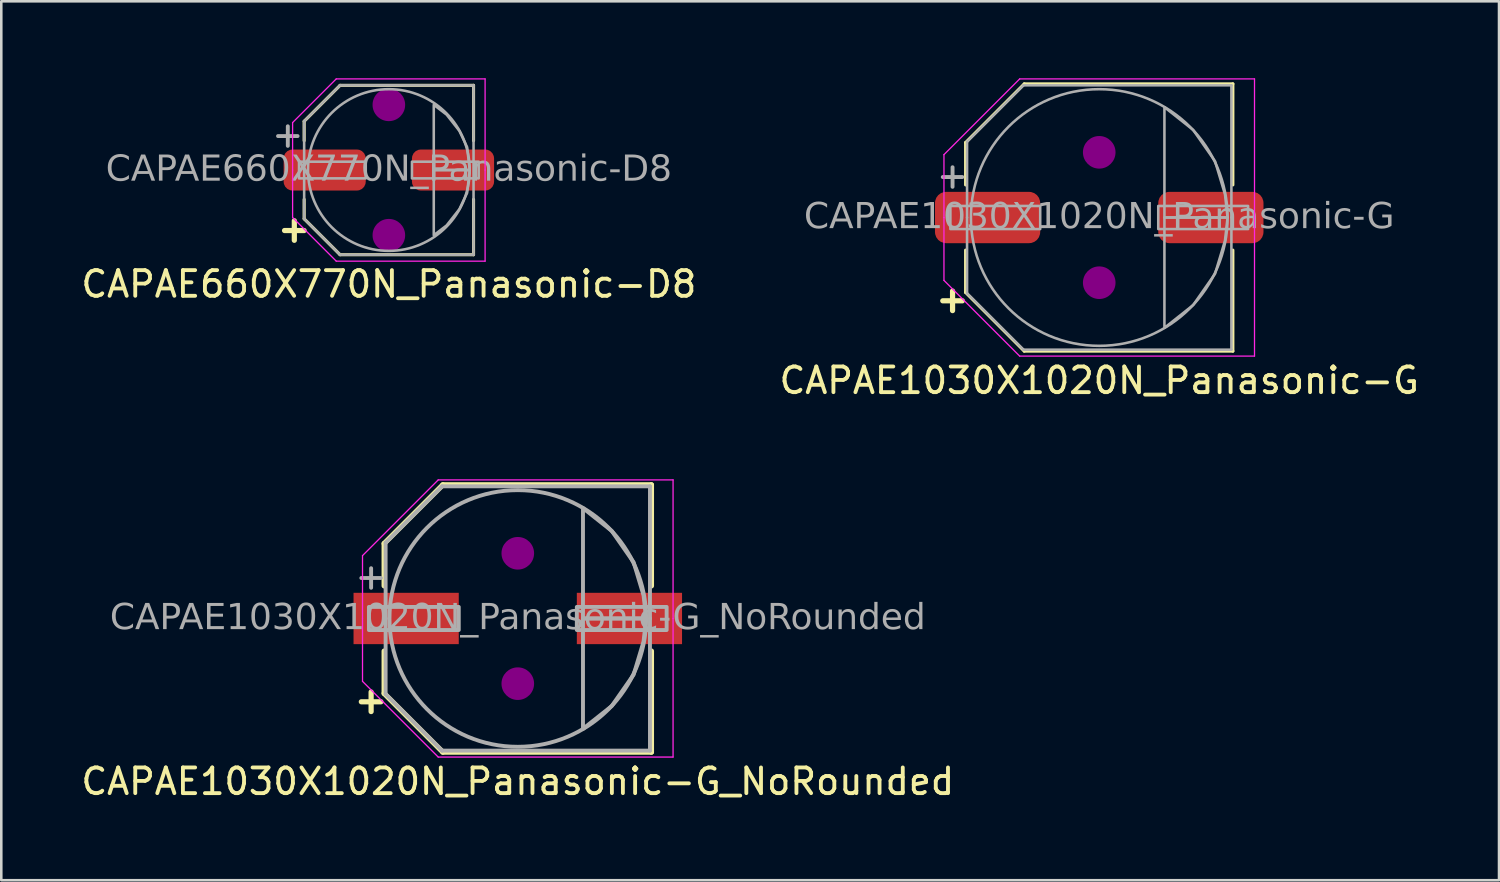
<source format=kicad_pcb>
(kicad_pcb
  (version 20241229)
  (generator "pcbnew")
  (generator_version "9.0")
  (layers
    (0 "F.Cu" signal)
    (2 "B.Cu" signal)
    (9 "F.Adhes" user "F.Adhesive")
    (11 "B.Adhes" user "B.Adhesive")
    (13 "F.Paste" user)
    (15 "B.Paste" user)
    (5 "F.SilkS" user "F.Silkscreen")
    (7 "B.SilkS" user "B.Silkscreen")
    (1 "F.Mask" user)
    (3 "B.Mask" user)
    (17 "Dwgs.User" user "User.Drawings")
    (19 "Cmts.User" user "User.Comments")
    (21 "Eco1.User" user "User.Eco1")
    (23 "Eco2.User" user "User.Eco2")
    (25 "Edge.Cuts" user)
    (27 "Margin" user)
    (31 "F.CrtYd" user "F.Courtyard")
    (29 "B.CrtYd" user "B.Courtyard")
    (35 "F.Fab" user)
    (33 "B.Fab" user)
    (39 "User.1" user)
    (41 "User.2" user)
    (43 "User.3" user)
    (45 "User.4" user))
  (footprint "CAPAE1030X1020N_Panasonic-G"
    (layer "F.Cu")
    (at 39.78 5.425)
    (property "Reference" "CAPAE1030X1020N_Panasonic-G" (at 0 6.35 0) (layer "F.SilkS") (effects (font (size 1 1) (thickness 0.15))))
    (attr smd)
    (fp_line (start -5.207 -2.921) (end -2.921 -5.207) (stroke (width 0.12) (type default)) (layer "F.SilkS"))
    (fp_line (start -5.207 -1.27) (end -5.207 -2.921) (stroke (width 0.12) (type default)) (layer "F.SilkS"))
    (fp_line (start -5.207 1.27) (end -5.207 2.921) (stroke (width 0.12) (type default)) (layer "F.SilkS"))
    (fp_line (start -5.207 2.921) (end -2.921 5.207) (stroke (width 0.12) (type default)) (layer "F.SilkS"))
    (fp_line (start -2.921 -5.207) (end 5.207 -5.207) (stroke (width 0.12) (type solid)) (layer "F.SilkS"))
    (fp_line (start -2.921 5.207) (end 5.207 5.207) (stroke (width 0.12) (type solid)) (layer "F.SilkS"))
    (fp_line (start 5.207 -1.27) (end 5.207 -5.207) (stroke (width 0.12) (type solid)) (layer "F.SilkS"))
    (fp_line (start 5.207 1.27) (end 5.207 5.207) (stroke (width 0.12) (type solid)) (layer "F.SilkS"))
    (fp_circle (center 0 -2.54) (end 0.635 -2.54) (stroke (width 0) (type solid)) (fill yes) (layer "F.Adhes"))
    (fp_circle (center 0 2.54) (end 0.635 2.54) (stroke (width 0) (type solid)) (fill yes) (layer "F.Adhes"))
    (fp_line (start -6.05 -2.45) (end -6.05 0) (stroke (width 0.05) (type solid)) (layer "F.CrtYd"))
    (fp_line (start -6.05 2.45) (end -6.05 0) (stroke (width 0.05) (type solid)) (layer "F.CrtYd"))
    (fp_line (start -3.1 -5.4) (end -6.05 -2.45) (stroke (width 0.05) (type default)) (layer "F.CrtYd"))
    (fp_line (start -3.1 -5.4) (end 6.05 -5.4) (stroke (width 0.05) (type solid)) (layer "F.CrtYd"))
    (fp_line (start -3.1 5.4) (end -6.05 2.45) (stroke (width 0.05) (type default)) (layer "F.CrtYd"))
    (fp_line (start -3.1 5.4) (end 6.05 5.4) (stroke (width 0.05) (type solid)) (layer "F.CrtYd"))
    (fp_line (start 6.05 -5.4) (end 6.05 0) (stroke (width 0.05) (type solid)) (layer "F.CrtYd"))
    (fp_line (start 6.05 5.4) (end 6.05 0) (stroke (width 0.05) (type solid)) (layer "F.CrtYd"))
    (fp_line (start -5.15 -2.95) (end -5.15 0) (stroke (width 0.1) (type solid)) (layer "F.Fab"))
    (fp_line (start -5.15 2.95) (end -5.15 0) (stroke (width 0.1) (type solid)) (layer "F.Fab"))
    (fp_line (start -2.95 -5.15) (end -5.15 -2.95) (stroke (width 0.1) (type solid)) (layer "F.Fab"))
    (fp_line (start -2.95 -5.15) (end 5.15 -5.15) (stroke (width 0.1) (type solid)) (layer "F.Fab"))
    (fp_line (start -2.95 5.15) (end -5.15 2.95) (stroke (width 0.1) (type solid)) (layer "F.Fab"))
    (fp_line (start -2.95 5.15) (end 5.15 5.15) (stroke (width 0.1) (type solid)) (layer "F.Fab"))
    (fp_line (start 5.15 -5.15) (end 5.15 0) (stroke (width 0.1) (type solid)) (layer "F.Fab"))
    (fp_line (start 5.15 5.15) (end 5.15 0) (stroke (width 0.1) (type solid)) (layer "F.Fab"))
    (fp_rect (start -5.8 0.45) (end -2.3 -0.45) (stroke (width 0.1) (type solid)) (fill no) (layer "F.Fab"))
    (fp_rect (start 2.3 0.45) (end 5.8 -0.45) (stroke (width 0.1) (type solid)) (fill no) (layer "F.Fab"))
    (fp_circle (center 0 0) (end 5 0) (stroke (width 0.1) (type default)) (fill no) (layer "F.Fab"))
    (fp_poly (pts (xy 2.54 -4.3) (xy 3.66 -3.412) (xy 4.513 -2.191) (xy 4.9 -0.9) (xy 5 0) (xy 2.54 0)) (stroke (width 0.1) (type solid)) (fill no) (layer "F.Fab"))
    (fp_poly (pts (xy 2.54 4.3) (xy 3.66 3.412) (xy 4.513 2.191) (xy 4.9 0.9) (xy 5 0) (xy 2.54 0)) (stroke (width 0.1) (type solid)) (fill no) (layer "F.Fab"))
    (fp_text user "+" (at -5.715 3.175 0) (unlocked yes) (layer "F.SilkS") (effects (font (size 1 1) (thickness 0.203) (bold yes))))
    (fp_text user "${REFERENCE}" (at 0 0 0) (layer "F.Fab") (effects (font (face "Tahoma") (size 1 1) (thickness 0.15))))
    (fp_text user "+" (at -5.715 -1.651 0) (unlocked yes) (layer "F.Fab") (effects (font (size 1 1) (thickness 0.152))))
    (pad "1" smd roundrect (at -4.35 0) (size 4.1 2) (layers "F.Cu" "F.Mask" "F.Paste") (roundrect_rratio 0.217))
    (pad "2" smd roundrect (at 4.35 0) (size 4.1 2) (layers "F.Cu" "F.Mask" "F.Paste") (roundrect_rratio 0.217)))
  (footprint "CAPAE660X770N_Panasonic-D8"
    (layer "F.Cu")
    (at 12.101 3.575)
    (property "Reference" "CAPAE660X770N_Panasonic-D8" (at 0 4.445 0) (layer "F.SilkS") (effects (font (size 1 1) (thickness 0.15))))
    (attr smd)
    (fp_line (start -3.3 -1.9) (end -1.9 -3.3) (stroke (width 0.12) (type default)) (layer "F.SilkS"))
    (fp_line (start -3.3 -1.143) (end -3.3 -1.9) (stroke (width 0.12) (type default)) (layer "F.SilkS"))
    (fp_line (start -3.3 1.9) (end -3.3 1.143) (stroke (width 0.12) (type default)) (layer "F.SilkS"))
    (fp_line (start -3.3 1.9) (end -1.9 3.3) (stroke (width 0.12) (type default)) (layer "F.SilkS"))
    (fp_line (start -1.9 -3.3) (end 3.3 -3.3) (stroke (width 0.12) (type solid)) (layer "F.SilkS"))
    (fp_line (start -1.9 3.3) (end 3.3 3.3) (stroke (width 0.12) (type solid)) (layer "F.SilkS"))
    (fp_line (start 3.3 -1.143) (end 3.3 -3.3) (stroke (width 0.12) (type solid)) (layer "F.SilkS"))
    (fp_line (start 3.3 3.3) (end 3.3 1.143) (stroke (width 0.12) (type solid)) (layer "F.SilkS"))
    (fp_circle (center 0 -2.54) (end 0.635 -2.54) (stroke (width 0) (type solid)) (fill yes) (layer "F.Adhes"))
    (fp_circle (center 0 2.54) (end 0.635 2.54) (stroke (width 0) (type solid)) (fill yes) (layer "F.Adhes"))
    (fp_line (start -3.75 -1.85) (end -3.75 0) (stroke (width 0.05) (type solid)) (layer "F.CrtYd"))
    (fp_line (start -3.75 -1.85) (end -2.05 -3.55) (stroke (width 0.05) (type solid)) (layer "F.CrtYd"))
    (fp_line (start -3.75 1.85) (end -3.75 0) (stroke (width 0.05) (type solid)) (layer "F.CrtYd"))
    (fp_line (start -3.75 1.85) (end -2.05 3.55) (stroke (width 0.05) (type solid)) (layer "F.CrtYd"))
    (fp_line (start -2.05 -3.55) (end 3.75 -3.55) (stroke (width 0.05) (type solid)) (layer "F.CrtYd"))
    (fp_line (start -2.05 3.55) (end 3.75 3.55) (stroke (width 0.05) (type solid)) (layer "F.CrtYd"))
    (fp_line (start 3.75 -3.55) (end 3.75 0) (stroke (width 0.05) (type solid)) (layer "F.CrtYd"))
    (fp_line (start 3.75 3.55) (end 3.75 0) (stroke (width 0.05) (type solid)) (layer "F.CrtYd"))
    (fp_line (start -3.3 -1.9) (end -3.3 1.9) (stroke (width 0.1) (type solid)) (layer "F.Fab"))
    (fp_line (start -3.3 -1.9) (end -1.9 -3.3) (stroke (width 0.1) (type default)) (layer "F.Fab"))
    (fp_line (start -3.3 1.9) (end -1.9 3.3) (stroke (width 0.1) (type default)) (layer "F.Fab"))
    (fp_line (start -1.9 -3.3) (end 3.3 -3.3) (stroke (width 0.1) (type solid)) (layer "F.Fab"))
    (fp_line (start -1.9 3.3) (end 3.3 3.3) (stroke (width 0.1) (type solid)) (layer "F.Fab"))
    (fp_line (start 3.3 -3.3) (end 3.3 3.3) (stroke (width 0.1) (type solid)) (layer "F.Fab"))
    (fp_rect (start -3.5 0.325) (end -0.9 -0.325) (stroke (width 0.1) (type solid)) (fill no) (layer "F.Fab"))
    (fp_rect (start 3.5 0.325) (end 0.9 -0.325) (stroke (width 0.1) (type solid)) (fill no) (layer "F.Fab"))
    (fp_circle (center 0 0) (end 3.15 0) (stroke (width 0.1) (type default)) (fill no) (layer "F.Fab"))
    (fp_poly (pts (xy 1.75 -2.54) (xy 2.25 -2.159) (xy 2.75 -1.524) (xy 3.05 -0.889) (xy 3.15 0) (xy 1.75 0)) (stroke (width 0.1) (type solid)) (fill no) (layer "F.Fab"))
    (fp_poly (pts (xy 1.75 2.54) (xy 2.25 2.159) (xy 2.75 1.524) (xy 3.05 0.889) (xy 3.15 0) (xy 1.75 0)) (stroke (width 0.1) (type solid)) (fill no) (layer "F.Fab"))
    (fp_text user "+" (at -3.683 2.286 0) (unlocked yes) (layer "F.SilkS") (effects (font (size 1 1) (thickness 0.203) (bold yes))))
    (fp_text user "${REFERENCE}" (at 0 0 0) (layer "F.Fab") (effects (font (face "Tahoma") (size 1 1) (thickness 0.15))))
    (fp_text user "+" (at -3.937 -1.397 0) (unlocked yes) (layer "F.Fab") (effects (font (size 1 1) (thickness 0.152))))
    (pad "1" smd roundrect (at -2.5 0) (size 3.2 1.6) (layers "F.Cu" "F.Mask" "F.Paste") (roundrect_rratio 0.217))
    (pad "2" smd roundrect (at 2.5 0) (size 3.2 1.6) (layers "F.Cu" "F.Mask" "F.Paste") (roundrect_rratio 0.217)))
  (footprint "CAPAE1030X1020N_Panasonic-G_NoRounded"
    (layer "F.Cu")
    (at 17.125 21.048)
    (property "Reference" "CAPAE1030X1020N_Panasonic-G_NoRounded" (at 0 6.35 0) (layer "F.SilkS") (effects (font (size 1 1) (thickness 0.15))))
    (attr smd)
    (fp_line (start -5.207 -2.921) (end -2.921 -5.207) (stroke (width 0.203) (type default)) (layer "F.SilkS"))
    (fp_line (start -5.207 -1.27) (end -5.207 -2.921) (stroke (width 0.203) (type default)) (layer "F.SilkS"))
    (fp_line (start -5.207 1.27) (end -5.207 2.921) (stroke (width 0.203) (type default)) (layer "F.SilkS"))
    (fp_line (start -5.207 2.921) (end -2.921 5.207) (stroke (width 0.203) (type default)) (layer "F.SilkS"))
    (fp_line (start -2.921 -5.207) (end 5.207 -5.207) (stroke (width 0.203) (type solid)) (layer "F.SilkS"))
    (fp_line (start -2.921 5.207) (end 5.207 5.207) (stroke (width 0.203) (type solid)) (layer "F.SilkS"))
    (fp_line (start 5.207 -1.27) (end 5.207 -5.207) (stroke (width 0.203) (type solid)) (layer "F.SilkS"))
    (fp_line (start 5.207 1.27) (end 5.207 5.207) (stroke (width 0.203) (type solid)) (layer "F.SilkS"))
    (fp_circle (center 0 -2.54) (end 0.635 -2.54) (stroke (width 0) (type solid)) (fill yes) (layer "F.Adhes"))
    (fp_circle (center 0 2.54) (end 0.635 2.54) (stroke (width 0) (type solid)) (fill yes) (layer "F.Adhes"))
    (fp_line (start -6.05 -2.45) (end -6.05 0) (stroke (width 0.05) (type solid)) (layer "F.CrtYd"))
    (fp_line (start -6.05 2.45) (end -6.05 0) (stroke (width 0.05) (type solid)) (layer "F.CrtYd"))
    (fp_line (start -3.1 -5.4) (end -6.05 -2.45) (stroke (width 0.05) (type default)) (layer "F.CrtYd"))
    (fp_line (start -3.1 -5.4) (end 6.05 -5.4) (stroke (width 0.05) (type solid)) (layer "F.CrtYd"))
    (fp_line (start -3.1 5.4) (end -6.05 2.45) (stroke (width 0.05) (type default)) (layer "F.CrtYd"))
    (fp_line (start -3.1 5.4) (end 6.05 5.4) (stroke (width 0.05) (type solid)) (layer "F.CrtYd"))
    (fp_line (start 6.05 -5.4) (end 6.05 0) (stroke (width 0.05) (type solid)) (layer "F.CrtYd"))
    (fp_line (start 6.05 5.4) (end 6.05 0) (stroke (width 0.05) (type solid)) (layer "F.CrtYd"))
    (fp_line (start -5.15 -2.95) (end -5.15 0) (stroke (width 0.152) (type solid)) (layer "F.Fab"))
    (fp_line (start -5.15 2.95) (end -5.15 0) (stroke (width 0.152) (type solid)) (layer "F.Fab"))
    (fp_line (start -2.95 -5.15) (end -5.15 -2.95) (stroke (width 0.152) (type solid)) (layer "F.Fab"))
    (fp_line (start -2.95 -5.15) (end 5.15 -5.15) (stroke (width 0.152) (type solid)) (layer "F.Fab"))
    (fp_line (start -2.95 5.15) (end -5.15 2.95) (stroke (width 0.152) (type solid)) (layer "F.Fab"))
    (fp_line (start -2.95 5.15) (end 5.15 5.15) (stroke (width 0.152) (type solid)) (layer "F.Fab"))
    (fp_line (start 5.15 -5.15) (end 5.15 0) (stroke (width 0.152) (type solid)) (layer "F.Fab"))
    (fp_line (start 5.15 5.15) (end 5.15 0) (stroke (width 0.152) (type solid)) (layer "F.Fab"))
    (fp_rect (start -5.8 0.45) (end -2.3 -0.45) (stroke (width 0.152) (type solid)) (fill no) (layer "F.Fab"))
    (fp_rect (start 2.3 0.45) (end 5.8 -0.45) (stroke (width 0.152) (type solid)) (fill no) (layer "F.Fab"))
    (fp_circle (center 0 0) (end 5 0) (stroke (width 0.152) (type default)) (fill no) (layer "F.Fab"))
    (fp_poly (pts (xy 2.54 -4.3) (xy 3.66 -3.412) (xy 4.513 -2.191) (xy 4.9 -0.9) (xy 5 0) (xy 2.54 0)) (stroke (width 0.152) (type solid)) (fill no) (layer "F.Fab"))
    (fp_poly (pts (xy 2.54 4.3) (xy 3.66 3.412) (xy 4.513 2.191) (xy 4.9 0.9) (xy 5 0) (xy 2.54 0)) (stroke (width 0.152) (type solid)) (fill no) (layer "F.Fab"))
    (fp_text user "+" (at -5.715 3.175 0) (unlocked yes) (layer "F.SilkS") (effects (font (size 1 1) (thickness 0.203) (bold yes))))
    (fp_text user "${REFERENCE}" (at 0 0 0) (layer "F.Fab") (effects (font (face "Tahoma") (size 1 1) (thickness 0.15))))
    (fp_text user "+" (at -5.715 -1.651 0) (unlocked yes) (layer "F.Fab") (effects (font (size 1 1) (thickness 0.152))))
    (pad "1" smd rect (at -4.35 0) (size 4.1 2) (layers "F.Cu" "F.Mask" "F.Paste"))
    (pad "2" smd rect (at 4.35 0) (size 4.1 2) (layers "F.Cu" "F.Mask" "F.Paste")))
  (gr_rect
    (start -3 -3)
    (end 55.357 31.247)
    (stroke (width 0.1) (type default))
    (fill no)
    (layer "Edge.Cuts")))
</source>
